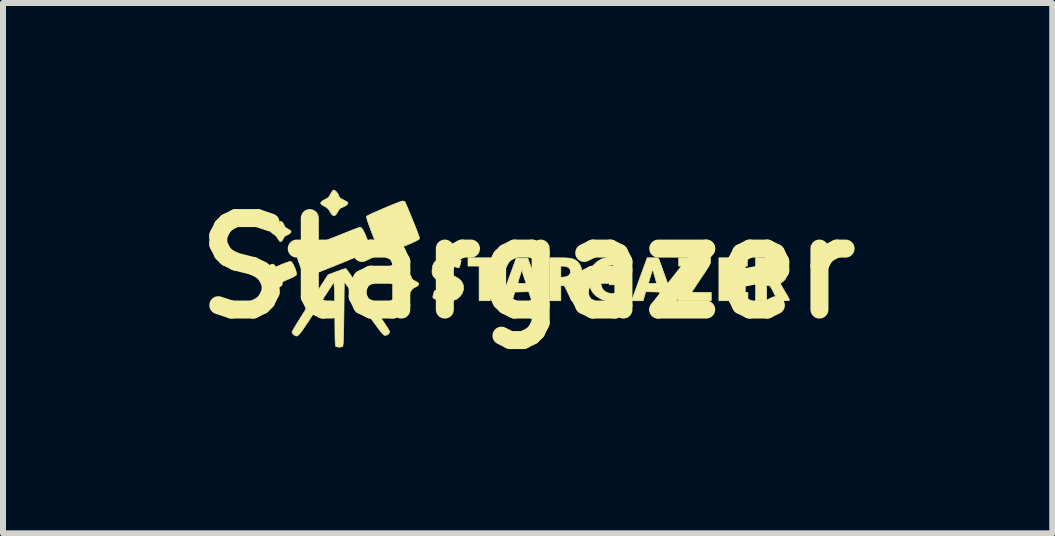
<source format=kicad_pcb>
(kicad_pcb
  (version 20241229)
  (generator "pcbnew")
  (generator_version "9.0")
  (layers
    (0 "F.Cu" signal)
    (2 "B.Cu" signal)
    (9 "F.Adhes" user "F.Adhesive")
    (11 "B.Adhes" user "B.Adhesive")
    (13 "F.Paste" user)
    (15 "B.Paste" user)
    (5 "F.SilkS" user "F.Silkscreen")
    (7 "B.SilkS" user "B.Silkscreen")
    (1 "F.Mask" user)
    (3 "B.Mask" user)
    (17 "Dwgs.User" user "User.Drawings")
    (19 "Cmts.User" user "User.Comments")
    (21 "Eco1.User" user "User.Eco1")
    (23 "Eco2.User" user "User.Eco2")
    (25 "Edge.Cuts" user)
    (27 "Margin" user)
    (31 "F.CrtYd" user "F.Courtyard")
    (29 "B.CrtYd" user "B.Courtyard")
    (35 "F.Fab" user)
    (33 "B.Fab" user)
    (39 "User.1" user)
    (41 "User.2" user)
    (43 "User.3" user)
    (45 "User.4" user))
  (footprint "Stargazer"
    (layer "F.Cu")
    (at 5.74 1.418)
    (property "Reference" "Stargazer" (at 0 0 0) (layer "F.SilkS") (effects (font (size 1.524 1.524) (thickness 0.3))))
    (attr through_hole)
    (fp_poly (pts (xy -0.439 -0.035) (xy -0.623 -0.035) (xy -0.623 0.543) (xy -0.808 0.543) (xy -0.808 -0.035) (xy -0.993 -0.035) (xy -0.993 -0.173) (xy -0.439 -0.173) (xy -0.439 -0.035)) (stroke (width 0.01) (type solid)) (fill yes) (layer "F.SilkS"))
    (fp_poly (pts (xy 3.66 -0.035) (xy 3.371 -0.035) (xy 3.371 0.104) (xy 3.637 0.104) (xy 3.637 0.242) (xy 3.371 0.242) (xy 3.371 0.404) (xy 3.671 0.404) (xy 3.671 0.543) (xy 3.187 0.543) (xy 3.187 -0.173) (xy 3.66 -0.173) (xy 3.66 -0.035)) (stroke (width 0.01) (type solid)) (fill yes) (layer "F.SilkS"))
    (fp_poly (pts (xy -4.097 -0.776) (xy -4.08 -0.758) (xy -4.061 -0.731) (xy -4.053 -0.707) (xy -4.052 -0.705) (xy -4.041 -0.684) (xy -4.008 -0.662) (xy -4 -0.658) (xy -3.968 -0.64) (xy -3.945 -0.622) (xy -3.94 -0.615) (xy -3.944 -0.596) (xy -3.964 -0.575) (xy -3.994 -0.556) (xy -4.018 -0.548) (xy -4.047 -0.53) (xy -4.07 -0.493) (xy -4.092 -0.456) (xy -4.113 -0.442) (xy -4.133 -0.451) (xy -4.155 -0.482) (xy -4.157 -0.487) (xy -4.195 -0.539) (xy -4.233 -0.568) (xy -4.261 -0.588) (xy -4.28 -0.605) (xy -4.283 -0.611) (xy -4.274 -0.623) (xy -4.25 -0.641) (xy -4.227 -0.655) (xy -4.183 -0.686) (xy -4.159 -0.719) (xy -4.157 -0.723) (xy -4.143 -0.753) (xy -4.126 -0.775) (xy -4.126 -0.775) (xy -4.111 -0.782) (xy -4.097 -0.776)) (stroke (width 0.01) (type solid)) (fill yes) (layer "F.SilkS"))
    (fp_poly (pts (xy -1.981 0.088) (xy -1.96 0.107) (xy -1.941 0.137) (xy -1.933 0.162) (xy -1.92 0.185) (xy -1.89 0.206) (xy -1.869 0.216) (xy -1.829 0.238) (xy -1.812 0.26) (xy -1.818 0.282) (xy -1.846 0.304) (xy -1.869 0.315) (xy -1.909 0.338) (xy -1.935 0.365) (xy -1.947 0.387) (xy -1.969 0.422) (xy -1.991 0.435) (xy -2.015 0.425) (xy -2.031 0.409) (xy -2.047 0.384) (xy -2.055 0.364) (xy -2.055 0.363) (xy -2.064 0.349) (xy -2.088 0.33) (xy -2.105 0.319) (xy -2.147 0.293) (xy -2.169 0.274) (xy -2.172 0.257) (xy -2.158 0.241) (xy -2.137 0.226) (xy -2.107 0.208) (xy -2.085 0.198) (xy -2.079 0.196) (xy -2.069 0.187) (xy -2.053 0.162) (xy -2.043 0.143) (xy -2.025 0.112) (xy -2.008 0.089) (xy -2 0.084) (xy -1.981 0.088)) (stroke (width 0.01) (type solid)) (fill yes) (layer "F.SilkS"))
    (fp_poly (pts (xy -3.216 -1.298) (xy -3.192 -1.279) (xy -3.169 -1.252) (xy -3.151 -1.221) (xy -3.144 -1.203) (xy -3.135 -1.182) (xy -3.114 -1.163) (xy -3.075 -1.141) (xy -3.067 -1.137) (xy -3.031 -1.118) (xy -3.004 -1.101) (xy -2.993 -1.089) (xy -2.998 -1.07) (xy -3.02 -1.048) (xy -3.054 -1.027) (xy -3.087 -1.013) (xy -3.12 -0.998) (xy -3.142 -0.976) (xy -3.16 -0.944) (xy -3.187 -0.899) (xy -3.212 -0.876) (xy -3.238 -0.876) (xy -3.257 -0.89) (xy -3.278 -0.918) (xy -3.297 -0.952) (xy -3.297 -0.952) (xy -3.32 -0.986) (xy -3.362 -1.018) (xy -3.376 -1.026) (xy -3.41 -1.046) (xy -3.436 -1.064) (xy -3.446 -1.074) (xy -3.446 -1.093) (xy -3.425 -1.116) (xy -3.384 -1.142) (xy -3.368 -1.149) (xy -3.331 -1.17) (xy -3.306 -1.195) (xy -3.283 -1.235) (xy -3.283 -1.235) (xy -3.264 -1.269) (xy -3.245 -1.293) (xy -3.235 -1.302) (xy -3.216 -1.298)) (stroke (width 0.01) (type solid)) (fill yes) (layer "F.SilkS"))
    (fp_poly (pts (xy 3.048 -0.12) (xy 3.047 -0.102) (xy 3.044 -0.084) (xy 3.036 -0.063) (xy 3.022 -0.037) (xy 3.001 -0.002) (xy 2.972 0.044) (xy 2.932 0.105) (xy 2.892 0.163) (xy 2.849 0.227) (xy 2.81 0.285) (xy 2.778 0.334) (xy 2.753 0.371) (xy 2.739 0.393) (xy 2.736 0.398) (xy 2.747 0.4) (xy 2.777 0.402) (xy 2.822 0.403) (xy 2.877 0.404) (xy 2.898 0.404) (xy 3.06 0.404) (xy 3.06 0.543) (xy 2.505 0.543) (xy 2.505 0.481) (xy 2.506 0.461) (xy 2.508 0.443) (xy 2.514 0.423) (xy 2.525 0.399) (xy 2.543 0.369) (xy 2.569 0.328) (xy 2.605 0.274) (xy 2.652 0.205) (xy 2.655 0.199) (xy 2.698 0.136) (xy 2.736 0.08) (xy 2.768 0.032) (xy 2.791 -0.003) (xy 2.803 -0.024) (xy 2.806 -0.028) (xy 2.795 -0.031) (xy 2.765 -0.033) (xy 2.721 -0.034) (xy 2.667 -0.035) (xy 2.661 -0.035) (xy 2.517 -0.035) (xy 2.517 -0.173) (xy 3.048 -0.173) (xy 3.048 -0.12)) (stroke (width 0.01) (type solid)) (fill yes) (layer "F.SilkS"))
    (fp_poly (pts (xy -3.929 -0.101) (xy -3.91 -0.072) (xy -3.89 -0.033) (xy -3.871 0.011) (xy -3.857 0.054) (xy -3.85 0.089) (xy -3.851 0.112) (xy -3.852 0.113) (xy -3.867 0.125) (xy -3.898 0.143) (xy -3.941 0.164) (xy -3.978 0.18) (xy -4.029 0.202) (xy -4.062 0.218) (xy -4.081 0.231) (xy -4.089 0.242) (xy -4.09 0.255) (xy -4.089 0.258) (xy -4.09 0.278) (xy -4.102 0.294) (xy -4.127 0.308) (xy -4.17 0.326) (xy -4.18 0.329) (xy -4.21 0.339) (xy -4.226 0.338) (xy -4.238 0.327) (xy -4.242 0.32) (xy -4.256 0.294) (xy -4.274 0.253) (xy -4.295 0.204) (xy -4.317 0.151) (xy -4.336 0.099) (xy -4.352 0.055) (xy -4.362 0.022) (xy -4.364 0.009) (xy -4.358 -0.012) (xy -4.338 -0.03) (xy -4.312 -0.044) (xy -4.271 -0.062) (xy -4.245 -0.068) (xy -4.227 -0.062) (xy -4.212 -0.045) (xy -4.196 -0.02) (xy -4.083 -0.069) (xy -4.034 -0.088) (xy -3.99 -0.103) (xy -3.958 -0.112) (xy -3.945 -0.113) (xy -3.929 -0.101)) (stroke (width 0.01) (type solid)) (fill yes) (layer "F.SilkS"))
    (fp_poly (pts (xy 0.128 0.179) (xy 0.159 0.264) (xy 0.187 0.342) (xy 0.211 0.41) (xy 0.23 0.466) (xy 0.245 0.507) (xy 0.252 0.53) (xy 0.254 0.534) (xy 0.243 0.538) (xy 0.215 0.54) (xy 0.175 0.541) (xy 0.159 0.54) (xy 0.065 0.537) (xy 0.042 0.464) (xy 0.018 0.392) (xy -0.097 0.395) (xy -0.212 0.398) (xy -0.234 0.47) (xy -0.255 0.543) (xy -0.347 0.543) (xy -0.397 0.541) (xy -0.426 0.538) (xy -0.438 0.531) (xy -0.438 0.528) (xy -0.434 0.514) (xy -0.423 0.481) (xy -0.406 0.432) (xy -0.384 0.369) (xy -0.358 0.296) (xy -0.34 0.245) (xy -0.161 0.245) (xy -0.151 0.25) (xy -0.124 0.253) (xy -0.093 0.254) (xy -0.024 0.254) (xy -0.047 0.188) (xy -0.062 0.143) (xy -0.076 0.098) (xy -0.083 0.076) (xy -0.096 0.029) (xy -0.129 0.133) (xy -0.143 0.179) (xy -0.154 0.216) (xy -0.16 0.24) (xy -0.161 0.245) (xy -0.34 0.245) (xy -0.329 0.215) (xy -0.314 0.173) (xy -0.19 -0.167) (xy 0.004 -0.167) (xy 0.128 0.179)) (stroke (width 0.01) (type solid)) (fill yes) (layer "F.SilkS"))
    (fp_poly (pts (xy 0.534 -0.173) (xy 0.616 -0.172) (xy 0.679 -0.169) (xy 0.728 -0.162) (xy 0.766 -0.151) (xy 0.797 -0.136) (xy 0.825 -0.114) (xy 0.828 -0.112) (xy 0.872 -0.061) (xy 0.895 -0.003) (xy 0.901 0.052) (xy 0.892 0.12) (xy 0.864 0.176) (xy 0.823 0.219) (xy 0.777 0.258) (xy 0.856 0.392) (xy 0.885 0.441) (xy 0.909 0.484) (xy 0.927 0.516) (xy 0.935 0.533) (xy 0.935 0.534) (xy 0.924 0.538) (xy 0.896 0.541) (xy 0.855 0.542) (xy 0.834 0.543) (xy 0.733 0.543) (xy 0.673 0.416) (xy 0.648 0.362) (xy 0.629 0.325) (xy 0.614 0.304) (xy 0.602 0.292) (xy 0.589 0.289) (xy 0.584 0.289) (xy 0.554 0.289) (xy 0.554 0.543) (xy 0.369 0.543) (xy 0.369 0.15) (xy 0.554 0.15) (xy 0.589 0.15) (xy 0.625 0.145) (xy 0.662 0.134) (xy 0.664 0.134) (xy 0.699 0.108) (xy 0.714 0.072) (xy 0.71 0.027) (xy 0.709 0.025) (xy 0.685 -0.008) (xy 0.645 -0.028) (xy 0.597 -0.034) (xy 0.554 -0.035) (xy 0.554 0.15) (xy 0.369 0.15) (xy 0.369 -0.173) (xy 0.534 -0.173)) (stroke (width 0.01) (type solid)) (fill yes) (layer "F.SilkS"))
    (fp_poly (pts (xy 2.132 -0.173) (xy 2.161 -0.171) (xy 2.177 -0.165) (xy 2.186 -0.155) (xy 2.191 -0.141) (xy 2.203 -0.109) (xy 2.22 -0.062) (xy 2.241 -0.003) (xy 2.265 0.065) (xy 2.292 0.138) (xy 2.319 0.213) (xy 2.346 0.287) (xy 2.371 0.357) (xy 2.393 0.418) (xy 2.411 0.469) (xy 2.424 0.505) (xy 2.431 0.523) (xy 2.432 0.524) (xy 2.432 0.533) (xy 2.423 0.539) (xy 2.4 0.542) (xy 2.359 0.543) (xy 2.341 0.543) (xy 2.244 0.543) (xy 2.221 0.47) (xy 2.198 0.398) (xy 1.968 0.392) (xy 1.947 0.467) (xy 1.925 0.543) (xy 1.732 0.543) (xy 1.773 0.43) (xy 1.789 0.385) (xy 1.812 0.323) (xy 1.837 0.254) (xy 2.012 0.254) (xy 2.08 0.254) (xy 2.116 0.253) (xy 2.14 0.249) (xy 2.147 0.245) (xy 2.144 0.231) (xy 2.135 0.2) (xy 2.123 0.158) (xy 2.115 0.13) (xy 2.083 0.023) (xy 2.047 0.139) (xy 2.012 0.254) (xy 1.837 0.254) (xy 1.838 0.25) (xy 1.867 0.17) (xy 1.896 0.09) (xy 1.903 0.072) (xy 1.992 -0.173) (xy 2.086 -0.173) (xy 2.132 -0.173)) (stroke (width 0.01) (type solid)) (fill yes) (layer "F.SilkS"))
    (fp_poly (pts (xy -2.779 -0.678) (xy -2.762 -0.665) (xy -2.744 -0.641) (xy -2.724 -0.602) (xy -2.699 -0.546) (xy -2.678 -0.496) (xy -2.652 -0.429) (xy -2.634 -0.38) (xy -2.625 -0.344) (xy -2.623 -0.318) (xy -2.627 -0.3) (xy -2.635 -0.286) (xy -2.649 -0.278) (xy -2.682 -0.262) (xy -2.731 -0.24) (xy -2.794 -0.213) (xy -2.868 -0.182) (xy -2.95 -0.148) (xy -3.039 -0.111) (xy -3.131 -0.074) (xy -3.224 -0.036) (xy -3.315 0.000273) (xy -3.402 0.035) (xy -3.482 0.066) (xy -3.552 0.093) (xy -3.61 0.114) (xy -3.654 0.13) (xy -3.68 0.138) (xy -3.685 0.139) (xy -3.71 0.136) (xy -3.722 0.13) (xy -3.728 0.116) (xy -3.74 0.086) (xy -3.758 0.041) (xy -3.779 -0.012) (xy -3.786 -0.03) (xy -3.815 -0.108) (xy -3.834 -0.167) (xy -3.843 -0.211) (xy -3.842 -0.241) (xy -3.833 -0.26) (xy -3.83 -0.263) (xy -3.816 -0.271) (xy -3.782 -0.285) (xy -3.733 -0.307) (xy -3.67 -0.333) (xy -3.596 -0.364) (xy -3.514 -0.398) (xy -3.425 -0.434) (xy -3.334 -0.471) (xy -3.242 -0.508) (xy -3.152 -0.544) (xy -3.067 -0.578) (xy -2.989 -0.609) (xy -2.921 -0.636) (xy -2.865 -0.657) (xy -2.824 -0.672) (xy -2.801 -0.68) (xy -2.797 -0.681) (xy -2.779 -0.678)) (stroke (width 0.01) (type solid)) (fill yes) (layer "F.SilkS"))
    (fp_poly (pts (xy 3.986 -0.171) (xy 4.057 -0.17) (xy 4.109 -0.168) (xy 4.147 -0.164) (xy 4.174 -0.16) (xy 4.196 -0.153) (xy 4.216 -0.144) (xy 4.225 -0.139) (xy 4.279 -0.097) (xy 4.313 -0.043) (xy 4.328 0.024) (xy 4.329 0.05) (xy 4.321 0.118) (xy 4.299 0.175) (xy 4.263 0.217) (xy 4.249 0.227) (xy 4.226 0.243) (xy 4.214 0.256) (xy 4.214 0.258) (xy 4.22 0.271) (xy 4.235 0.3) (xy 4.258 0.34) (xy 4.286 0.388) (xy 4.289 0.393) (xy 4.318 0.441) (xy 4.341 0.483) (xy 4.357 0.514) (xy 4.364 0.529) (xy 4.364 0.53) (xy 4.353 0.537) (xy 4.32 0.541) (xy 4.266 0.543) (xy 4.168 0.543) (xy 4.104 0.416) (xy 4.077 0.362) (xy 4.056 0.325) (xy 4.041 0.303) (xy 4.028 0.292) (xy 4.015 0.289) (xy 4.012 0.289) (xy 3.983 0.289) (xy 3.983 0.543) (xy 3.798 0.543) (xy 3.798 -0.035) (xy 3.983 -0.035) (xy 3.983 0.153) (xy 4.035 0.147) (xy 4.074 0.139) (xy 4.108 0.127) (xy 4.116 0.122) (xy 4.136 0.103) (xy 4.144 0.075) (xy 4.145 0.058) (xy 4.135 0.014) (xy 4.108 -0.017) (xy 4.063 -0.032) (xy 4.034 -0.035) (xy 3.983 -0.035) (xy 3.798 -0.035) (xy 3.798 -0.175) (xy 3.986 -0.171)) (stroke (width 0.01) (type solid)) (fill yes) (layer "F.SilkS"))
    (fp_poly (pts (xy -2.058 -1.115) (xy -2.048 -1.111) (xy -2.04 -1.099) (xy -2.026 -1.068) (xy -2.006 -1.023) (xy -1.982 -0.966) (xy -1.955 -0.902) (xy -1.927 -0.832) (xy -1.898 -0.762) (xy -1.871 -0.694) (xy -1.846 -0.631) (xy -1.826 -0.577) (xy -1.811 -0.536) (xy -1.802 -0.51) (xy -1.801 -0.504) (xy -1.803 -0.493) (xy -1.811 -0.482) (xy -1.828 -0.47) (xy -1.854 -0.455) (xy -1.894 -0.436) (xy -1.948 -0.412) (xy -2.019 -0.382) (xy -2.109 -0.345) (xy -2.113 -0.344) (xy -2.203 -0.307) (xy -2.273 -0.278) (xy -2.328 -0.257) (xy -2.368 -0.241) (xy -2.397 -0.231) (xy -2.416 -0.226) (xy -2.429 -0.224) (xy -2.437 -0.225) (xy -2.443 -0.228) (xy -2.445 -0.229) (xy -2.453 -0.242) (xy -2.468 -0.274) (xy -2.488 -0.321) (xy -2.513 -0.382) (xy -2.542 -0.453) (xy -2.572 -0.531) (xy -2.577 -0.542) (xy -2.613 -0.638) (xy -2.641 -0.714) (xy -2.662 -0.772) (xy -2.675 -0.814) (xy -2.682 -0.843) (xy -2.683 -0.86) (xy -2.682 -0.865) (xy -2.669 -0.874) (xy -2.637 -0.89) (xy -2.591 -0.912) (xy -2.534 -0.937) (xy -2.469 -0.966) (xy -2.4 -0.996) (xy -2.33 -1.025) (xy -2.263 -1.053) (xy -2.201 -1.078) (xy -2.149 -1.098) (xy -2.11 -1.112) (xy -2.087 -1.119) (xy -2.084 -1.119) (xy -2.058 -1.115)) (stroke (width 0.01) (type solid)) (fill yes) (layer "F.SilkS"))
    (fp_poly (pts (xy 1.46 -0.181) (xy 1.535 -0.168) (xy 1.573 -0.158) (xy 1.602 -0.15) (xy 1.614 -0.145) (xy 1.615 -0.131) (xy 1.608 -0.104) (xy 1.597 -0.074) (xy 1.584 -0.047) (xy 1.572 -0.032) (xy 1.569 -0.031) (xy 1.549 -0.034) (xy 1.516 -0.041) (xy 1.489 -0.047) (xy 1.413 -0.055) (xy 1.346 -0.042) (xy 1.29 -0.01) (xy 1.246 0.042) (xy 1.237 0.058) (xy 1.224 0.088) (xy 1.216 0.118) (xy 1.214 0.154) (xy 1.215 0.203) (xy 1.224 0.279) (xy 1.244 0.337) (xy 1.277 0.378) (xy 1.325 0.406) (xy 1.362 0.417) (xy 1.399 0.421) (xy 1.434 0.419) (xy 1.452 0.414) (xy 1.462 0.404) (xy 1.466 0.384) (xy 1.466 0.346) (xy 1.466 0.277) (xy 1.362 0.277) (xy 1.362 0.139) (xy 1.64 0.139) (xy 1.637 0.326) (xy 1.634 0.513) (xy 1.582 0.528) (xy 1.531 0.538) (xy 1.469 0.546) (xy 1.405 0.549) (xy 1.346 0.548) (xy 1.309 0.543) (xy 1.226 0.516) (xy 1.153 0.473) (xy 1.095 0.419) (xy 1.062 0.369) (xy 1.037 0.3) (xy 1.026 0.221) (xy 1.026 0.138) (xy 1.04 0.059) (xy 1.062 0.001) (xy 1.1 -0.054) (xy 1.154 -0.105) (xy 1.215 -0.144) (xy 1.228 -0.151) (xy 1.297 -0.172) (xy 1.377 -0.182) (xy 1.46 -0.181)) (stroke (width 0.01) (type solid)) (fill yes) (layer "F.SilkS"))
    (fp_poly (pts (xy -1.264 -0.176) (xy -1.209 -0.169) (xy -1.162 -0.158) (xy -1.127 -0.145) (xy -1.11 -0.13) (xy -1.108 -0.125) (xy -1.111 -0.104) (xy -1.119 -0.073) (xy -1.128 -0.041) (xy -1.137 -0.016) (xy -1.142 -0.006) (xy -1.156 -0.007) (xy -1.185 -0.015) (xy -1.213 -0.024) (xy -1.28 -0.042) (xy -1.333 -0.045) (xy -1.373 -0.032) (xy -1.393 -0.017) (xy -1.412 0.004) (xy -1.415 0.02) (xy -1.405 0.038) (xy -1.385 0.057) (xy -1.352 0.077) (xy -1.332 0.085) (xy -1.248 0.12) (xy -1.183 0.152) (xy -1.135 0.184) (xy -1.102 0.218) (xy -1.081 0.255) (xy -1.068 0.296) (xy -1.067 0.354) (xy -1.086 0.413) (xy -1.121 0.466) (xy -1.17 0.509) (xy -1.19 0.52) (xy -1.234 0.535) (xy -1.292 0.545) (xy -1.357 0.549) (xy -1.419 0.547) (xy -1.443 0.543) (xy -1.488 0.533) (xy -1.531 0.519) (xy -1.539 0.515) (xy -1.567 0.502) (xy -1.578 0.489) (xy -1.577 0.468) (xy -1.575 0.459) (xy -1.562 0.409) (xy -1.548 0.378) (xy -1.536 0.369) (xy -1.519 0.373) (xy -1.49 0.384) (xy -1.475 0.389) (xy -1.425 0.404) (xy -1.372 0.409) (xy -1.322 0.407) (xy -1.284 0.396) (xy -1.271 0.388) (xy -1.251 0.361) (xy -1.251 0.335) (xy -1.273 0.309) (xy -1.316 0.283) (xy -1.383 0.257) (xy -1.393 0.253) (xy -1.467 0.223) (xy -1.522 0.188) (xy -1.563 0.145) (xy -1.568 0.138) (xy -1.583 0.112) (xy -1.591 0.085) (xy -1.592 0.048) (xy -1.591 0.023) (xy -1.58 -0.046) (xy -1.552 -0.1) (xy -1.509 -0.139) (xy -1.448 -0.165) (xy -1.369 -0.177) (xy -1.322 -0.179) (xy -1.264 -0.176)) (stroke (width 0.01) (type solid)) (fill yes) (layer "F.SilkS"))
    (fp_poly (pts (xy -3.025 0.008) (xy -3.017 0.019) (xy -2.996 0.047) (xy -2.965 0.09) (xy -2.925 0.147) (xy -2.876 0.216) (xy -2.82 0.295) (xy -2.758 0.381) (xy -2.692 0.475) (xy -2.657 0.524) (xy -2.582 0.63) (xy -2.513 0.728) (xy -2.453 0.816) (xy -2.4 0.892) (xy -2.358 0.956) (xy -2.326 1.005) (xy -2.306 1.039) (xy -2.298 1.055) (xy -2.298 1.056) (xy -2.308 1.088) (xy -2.335 1.111) (xy -2.372 1.12) (xy -2.373 1.12) (xy -2.382 1.118) (xy -2.392 1.114) (xy -2.404 1.105) (xy -2.42 1.089) (xy -2.44 1.065) (xy -2.467 1.032) (xy -2.5 0.987) (xy -2.543 0.93) (xy -2.595 0.859) (xy -2.658 0.772) (xy -2.731 0.673) (xy -3.054 0.226) (xy -3.06 0.76) (xy -3.062 0.888) (xy -3.063 0.994) (xy -3.065 1.081) (xy -3.067 1.151) (xy -3.069 1.205) (xy -3.071 1.245) (xy -3.074 1.273) (xy -3.077 1.292) (xy -3.08 1.302) (xy -3.083 1.305) (xy -3.11 1.314) (xy -3.145 1.316) (xy -3.177 1.311) (xy -3.196 1.302) (xy -3.2 1.292) (xy -3.203 1.267) (xy -3.206 1.227) (xy -3.208 1.171) (xy -3.209 1.096) (xy -3.21 1.001) (xy -3.211 0.884) (xy -3.211 0.872) (xy -3.212 0.771) (xy -3.212 0.672) (xy -3.214 0.579) (xy -3.215 0.495) (xy -3.217 0.425) (xy -3.218 0.372) (xy -3.22 0.344) (xy -3.227 0.233) (xy -3.517 0.679) (xy -3.587 0.788) (xy -3.647 0.879) (xy -3.696 0.953) (xy -3.736 1.012) (xy -3.769 1.058) (xy -3.795 1.091) (xy -3.816 1.113) (xy -3.834 1.126) (xy -3.849 1.131) (xy -3.862 1.129) (xy -3.876 1.122) (xy -3.89 1.111) (xy -3.894 1.108) (xy -3.916 1.086) (xy -3.925 1.064) (xy -3.925 1.063) (xy -3.919 1.05) (xy -3.902 1.019) (xy -3.874 0.972) (xy -3.838 0.912) (xy -3.794 0.841) (xy -3.743 0.761) (xy -3.687 0.672) (xy -3.627 0.579) (xy -3.625 0.576) (xy -3.325 0.11) (xy -3.179 0.054) (xy -3.125 0.035) (xy -3.079 0.019) (xy -3.044 0.01) (xy -3.026 0.007) (xy -3.025 0.008)) (stroke (width 0.01) (type solid)) (fill yes) (layer "F.SilkS")))
  (gr_rect
    (start -3 -3)
    (end 14.481 5.836)
    (stroke (width 0.1) (type default))
    (fill no)
    (layer "Edge.Cuts")))
</source>
